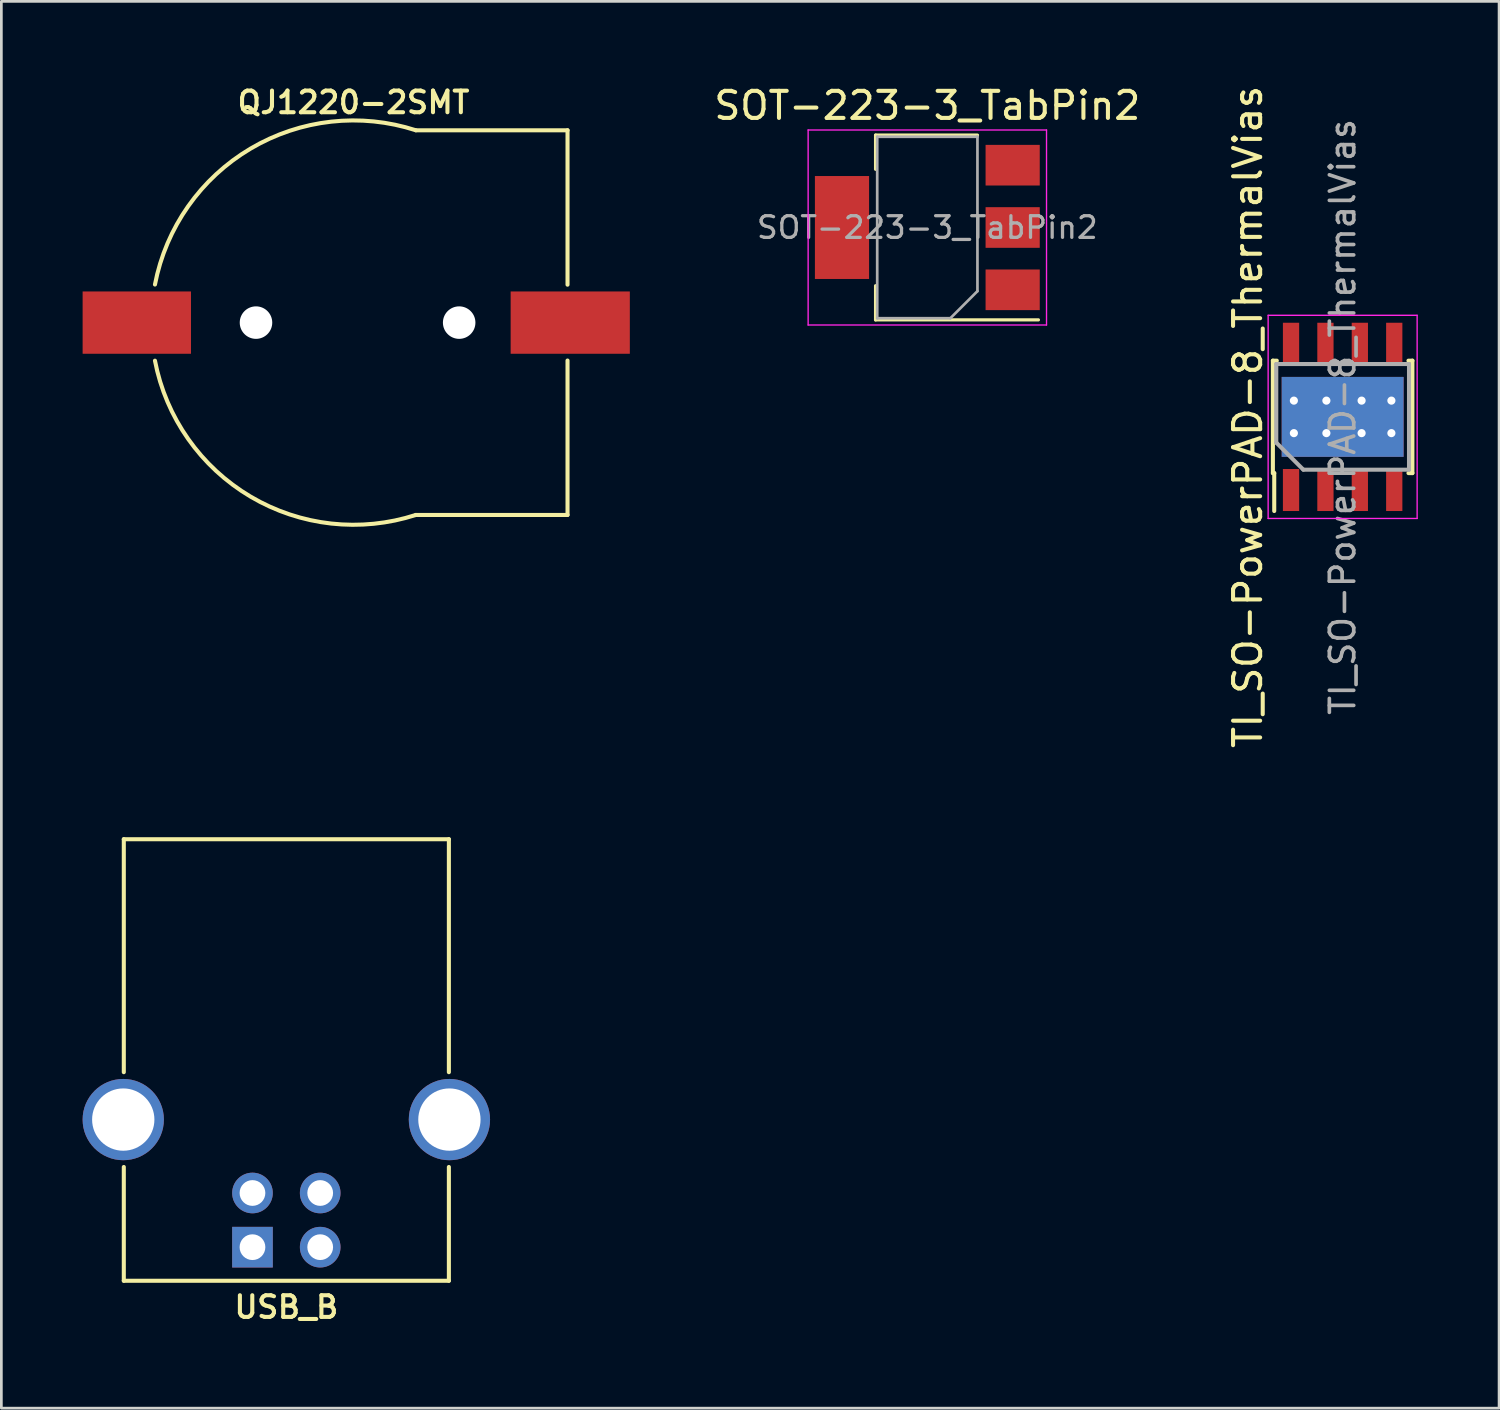
<source format=kicad_pcb>
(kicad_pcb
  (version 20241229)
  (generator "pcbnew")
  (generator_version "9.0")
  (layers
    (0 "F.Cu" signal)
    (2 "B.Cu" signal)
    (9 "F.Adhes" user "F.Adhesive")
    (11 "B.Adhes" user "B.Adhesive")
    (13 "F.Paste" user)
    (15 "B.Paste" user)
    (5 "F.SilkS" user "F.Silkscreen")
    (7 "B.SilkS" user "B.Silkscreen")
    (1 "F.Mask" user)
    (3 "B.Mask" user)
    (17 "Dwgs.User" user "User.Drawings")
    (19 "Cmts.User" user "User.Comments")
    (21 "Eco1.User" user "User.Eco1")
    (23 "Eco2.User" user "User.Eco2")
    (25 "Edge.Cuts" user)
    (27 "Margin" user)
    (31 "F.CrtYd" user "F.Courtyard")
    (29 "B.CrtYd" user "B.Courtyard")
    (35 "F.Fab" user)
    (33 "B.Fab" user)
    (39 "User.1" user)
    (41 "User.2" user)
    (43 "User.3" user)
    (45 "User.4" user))
  (footprint "SOT-223-3_TabPin2"
    (layer "F.Cu")
    (at 31.182 5.348)
    (property "Reference" "SOT-223-3_TabPin2" (at 0 -4.5 0) (layer "F.SilkS") (effects (font (size 1 1) (thickness 0.15))))
    (attr smd)
    (fp_line (start -1.91 -3.41) (end -1.91 -2.15) (stroke (width 0.12) (type solid)) (layer "F.SilkS"))
    (fp_line (start -1.91 3.41) (end -1.91 2.15) (stroke (width 0.12) (type solid)) (layer "F.SilkS"))
    (fp_line (start 1.85 -3.41) (end -1.91 -3.41) (stroke (width 0.12) (type solid)) (layer "F.SilkS"))
    (fp_line (start 4.1 3.41) (end -1.91 3.41) (stroke (width 0.12) (type solid)) (layer "F.SilkS"))
    (fp_line (start -4.4 -3.6) (end -4.4 3.6) (stroke (width 0.05) (type solid)) (layer "F.CrtYd"))
    (fp_line (start -4.4 3.6) (end 4.4 3.6) (stroke (width 0.05) (type solid)) (layer "F.CrtYd"))
    (fp_line (start 4.4 -3.6) (end -4.4 -3.6) (stroke (width 0.05) (type solid)) (layer "F.CrtYd"))
    (fp_line (start 4.4 3.6) (end 4.4 -3.6) (stroke (width 0.05) (type solid)) (layer "F.CrtYd"))
    (fp_line (start -1.85 3.35) (end -1.85 -3.35) (stroke (width 0.1) (type solid)) (layer "F.Fab"))
    (fp_line (start 0.85 3.35) (end -1.85 3.35) (stroke (width 0.1) (type solid)) (layer "F.Fab"))
    (fp_line (start 1.85 -3.35) (end -1.85 -3.35) (stroke (width 0.1) (type solid)) (layer "F.Fab"))
    (fp_line (start 1.85 2.35) (end 0.85 3.35) (stroke (width 0.1) (type solid)) (layer "F.Fab"))
    (fp_line (start 1.85 2.35) (end 1.85 -3.35) (stroke (width 0.1) (type solid)) (layer "F.Fab"))
    (fp_text user "${REFERENCE}" (at 0 0 0) (layer "F.Fab") (effects (font (size 0.8 0.8) (thickness 0.12))))
    (pad "1" smd rect (at 3.15 2.3 180) (size 2 1.5) (layers "F.Cu" "F.Mask" "F.Paste"))
    (pad "2" smd rect (at -3.15 0 180) (size 2 3.8) (layers "F.Cu" "F.Mask" "F.Paste"))
    (pad "2" smd rect (at 3.15 0 180) (size 2 1.5) (layers "F.Cu" "F.Mask" "F.Paste"))
    (pad "3" smd rect (at 3.15 -2.3 180) (size 2 1.5) (layers "F.Cu" "F.Mask" "F.Paste")))
  (footprint "USB_B"
    (layer "F.Cu")
    (at 7.52 27.929)
    (property "Reference" "USB_B" (at 0 17.272 180) (layer "F.SilkS") (effects (font (size 0.8 0.8) (thickness 0.15))))
    (attr through_hole)
    (fp_line (start -6 0) (end -6 8.6) (stroke (width 0.15) (type solid)) (layer "F.SilkS"))
    (fp_line (start -6 16.3) (end -6 12.1) (stroke (width 0.15) (type solid)) (layer "F.SilkS"))
    (fp_line (start -6 16.3) (end 6 16.3) (stroke (width 0.15) (type solid)) (layer "F.SilkS"))
    (fp_line (start 6 0) (end -6 0) (stroke (width 0.15) (type solid)) (layer "F.SilkS"))
    (fp_line (start 6 8.6) (end 6 0) (stroke (width 0.15) (type solid)) (layer "F.SilkS"))
    (fp_line (start 6 16.3) (end 6 12.1) (stroke (width 0.15) (type solid)) (layer "F.SilkS"))
    (pad "1" thru_hole rect (at -1.25 15.06) (size 1.5 1.5) (drill 0.95) (layers "*.Cu" "*.Mask"))
    (pad "2" thru_hole circle (at 1.25 15.06) (size 1.5 1.5) (drill 0.95) (layers "*.Cu" "*.Mask"))
    (pad "3" thru_hole circle (at 1.25 13.06) (size 1.5 1.5) (drill 0.95) (layers "*.Cu" "*.Mask"))
    (pad "4" thru_hole circle (at -1.25 13.06) (size 1.5 1.5) (drill 0.95) (layers "*.Cu" "*.Mask"))
    (pad "5" thru_hole circle (at -6.02 10.35) (size 3 3) (drill 2.3) (layers "*.Cu" "*.Mask"))
    (pad "5" thru_hole circle (at 6.02 10.35) (size 3 3) (drill 2.3) (layers "*.Cu" "*.Mask")))
  (footprint "QJ1220-2SMT"
    (layer "F.Cu")
    (at 10 8.859)
    (property "Reference" "QJ1220-2SMT" (at 0 -8.128 0) (layer "F.SilkS") (effects (font (size 0.8 0.8) (thickness 0.15))))
    (attr through_hole)
    (fp_line (start 7.9 -7.1) (end 2.3 -7.1) (stroke (width 0.15) (type solid)) (layer "F.SilkS"))
    (fp_line (start 7.9 -1.4) (end 7.9 -7.1) (stroke (width 0.15) (type solid)) (layer "F.SilkS"))
    (fp_line (start 7.9 1.4) (end 7.9 7.1) (stroke (width 0.15) (type solid)) (layer "F.SilkS"))
    (fp_line (start 7.9 7.1) (end 2.3 7.1) (stroke (width 0.15) (type solid)) (layer "F.SilkS"))
    (fp_arc (start -7.329667 -1.405689) (mid -3.798774 -6.424118) (end 2.299999 -7.099999) (stroke (width 0.15) (type solid)) (layer "F.SilkS"))
    (fp_arc (start 2.299999 7.099999) (mid -3.798774 6.424119) (end -7.329667 1.405689) (stroke (width 0.15) (type solid)) (layer "F.SilkS"))
    (fp_circle (center 0 0) (end 7.45 0) (stroke (width 0.12) (type solid)) (fill no) (layer "Eco1.User"))
    (pad "" np_thru_hole circle (at -3.6 0) (size 1.2 1.2) (drill 1.2) (layers "*.Cu" "*.Mask"))
    (pad "" np_thru_hole circle (at 3.9 0) (size 1.2 1.2) (drill 1.2) (layers "*.Cu" "*.Mask"))
    (pad "1" smd rect (at -8 0) (size 4 2.3) (layers "F.Cu" "F.Mask" "F.Paste"))
    (pad "2" smd rect (at 8 0) (size 4.4 2.3) (layers "F.Cu" "F.Mask" "F.Paste")))
  (footprint "TI_SO-PowerPAD-8_ThermalVias"
    (layer "F.Cu")
    (at 46.513 12.339)
    (property "Reference" "TI_SO-PowerPAD-8_ThermalVias" (at -3.5 0 90) (layer "F.SilkS") (effects (font (size 1 1) (thickness 0.15))))
    (attr smd)
    (fp_line (start -2.575 -2.075) (end -2.43 -2.075) (stroke (width 0.15) (type solid)) (layer "F.SilkS"))
    (fp_line (start -2.575 2.075) (end -2.575 -2.075) (stroke (width 0.15) (type solid)) (layer "F.SilkS"))
    (fp_line (start -2.575 2.075) (end -2.525 2.075) (stroke (width 0.15) (type solid)) (layer "F.SilkS"))
    (fp_line (start -2.525 2.075) (end -2.525 3.475) (stroke (width 0.15) (type solid)) (layer "F.SilkS"))
    (fp_line (start 2.575 -2.075) (end 2.43 -2.075) (stroke (width 0.15) (type solid)) (layer "F.SilkS"))
    (fp_line (start 2.575 2.075) (end 2.43 2.075) (stroke (width 0.15) (type solid)) (layer "F.SilkS"))
    (fp_line (start 2.575 2.075) (end 2.575 -2.075) (stroke (width 0.15) (type solid)) (layer "F.SilkS"))
    (fp_line (start -2.75 -3.75) (end 2.75 -3.75) (stroke (width 0.05) (type solid)) (layer "F.CrtYd"))
    (fp_line (start -2.75 3.75) (end -2.75 -3.75) (stroke (width 0.05) (type solid)) (layer "F.CrtYd"))
    (fp_line (start -2.75 3.75) (end 2.75 3.75) (stroke (width 0.05) (type solid)) (layer "F.CrtYd"))
    (fp_line (start 2.75 3.75) (end 2.75 -3.75) (stroke (width 0.05) (type solid)) (layer "F.CrtYd"))
    (fp_line (start -2.45 -1.95) (end 2.45 -1.95) (stroke (width 0.15) (type solid)) (layer "F.Fab"))
    (fp_line (start -2.45 0.95) (end -2.45 -1.95) (stroke (width 0.15) (type solid)) (layer "F.Fab"))
    (fp_line (start -1.45 1.95) (end -2.45 0.95) (stroke (width 0.15) (type solid)) (layer "F.Fab"))
    (fp_line (start 2.45 -1.95) (end 2.45 1.95) (stroke (width 0.15) (type solid)) (layer "F.Fab"))
    (fp_line (start 2.45 1.95) (end -1.45 1.95) (stroke (width 0.15) (type solid)) (layer "F.Fab"))
    (fp_text user "${REFERENCE}" (at 0 0 90) (layer "F.Fab") (effects (font (size 0.9 0.9) (thickness 0.135))))
    (pad "1" smd rect (at -1.905 2.7 90) (size 1.55 0.6) (layers "F.Cu" "F.Mask" "F.Paste"))
    (pad "2" smd rect (at -0.635 2.7 90) (size 1.55 0.6) (layers "F.Cu" "F.Mask" "F.Paste"))
    (pad "3" smd rect (at 0.635 2.7 90) (size 1.55 0.6) (layers "F.Cu" "F.Mask" "F.Paste"))
    (pad "4" smd rect (at 1.905 2.7 90) (size 1.55 0.6) (layers "F.Cu" "F.Mask" "F.Paste"))
    (pad "5" smd rect (at 1.905 -2.7 90) (size 1.55 0.6) (layers "F.Cu" "F.Mask" "F.Paste"))
    (pad "6" smd rect (at 0.635 -2.7 90) (size 1.55 0.6) (layers "F.Cu" "F.Mask" "F.Paste"))
    (pad "7" smd rect (at -0.635 -2.7 90) (size 1.55 0.6) (layers "F.Cu" "F.Mask" "F.Paste"))
    (pad "8" smd rect (at -1.905 -2.7 90) (size 1.55 0.6) (layers "F.Cu" "F.Mask" "F.Paste"))
    (pad "9" thru_hole circle (at -1.8 -0.6 90) (size 0.6 0.6) (drill 0.3) (layers "*.Cu"))
    (pad "9" thru_hole circle (at -1.8 0.6 90) (size 0.6 0.6) (drill 0.3) (layers "*.Cu"))
    (pad "9" thru_hole circle (at -0.6 -0.6 90) (size 0.6 0.6) (drill 0.3) (layers "*.Cu"))
    (pad "9" thru_hole circle (at -0.6 0.6 90) (size 0.6 0.6) (drill 0.3) (layers "*.Cu"))
    (pad "9" smd rect (at 0 0 90) (size 2.6 3.1) (layers "F.Cu" "F.Mask" "F.Paste"))
    (pad "9" smd rect (at 0 0 90) (size 2.95 4.5) (layers "F.Cu"))
    (pad "9" smd rect (at 0 0 90) (size 2.95 4.5) (layers "B.Cu"))
    (pad "9" thru_hole circle (at 0.7 -0.6 90) (size 0.6 0.6) (drill 0.3) (layers "*.Cu"))
    (pad "9" thru_hole circle (at 0.7 0.6 90) (size 0.6 0.6) (drill 0.3) (layers "*.Cu"))
    (pad "9" thru_hole circle (at 1.8 -0.6 90) (size 0.6 0.6) (drill 0.3) (layers "*.Cu"))
    (pad "9" thru_hole circle (at 1.8 0.6 90) (size 0.6 0.6) (drill 0.3) (layers "*.Cu")))
  (gr_rect
    (start -3 -3)
    (end 52.288 48.932)
    (stroke (width 0.1) (type default))
    (fill no)
    (layer "Edge.Cuts")))
</source>
